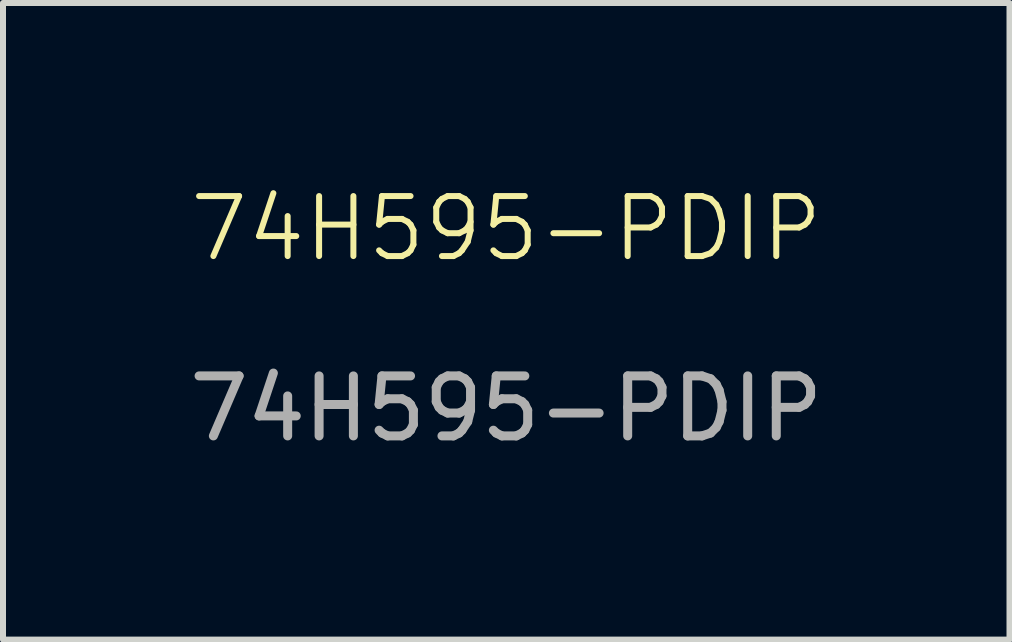
<source format=kicad_pcb>
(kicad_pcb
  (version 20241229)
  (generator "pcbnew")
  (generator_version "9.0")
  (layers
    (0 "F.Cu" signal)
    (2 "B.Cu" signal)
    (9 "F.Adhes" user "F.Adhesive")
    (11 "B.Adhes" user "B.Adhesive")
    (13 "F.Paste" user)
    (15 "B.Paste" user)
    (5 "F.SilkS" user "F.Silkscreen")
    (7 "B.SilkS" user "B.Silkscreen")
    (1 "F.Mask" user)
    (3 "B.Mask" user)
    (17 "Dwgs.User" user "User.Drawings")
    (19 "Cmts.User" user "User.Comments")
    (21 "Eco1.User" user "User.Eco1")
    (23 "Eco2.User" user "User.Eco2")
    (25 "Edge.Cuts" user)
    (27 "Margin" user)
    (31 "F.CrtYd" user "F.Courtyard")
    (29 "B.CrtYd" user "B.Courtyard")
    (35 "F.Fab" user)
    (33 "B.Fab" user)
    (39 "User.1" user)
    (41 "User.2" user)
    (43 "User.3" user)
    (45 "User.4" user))
  (footprint "74H595-PDIP"
    (layer "F.Cu")
    (at 5.387 1.26)
    (property "Reference" "74H595-PDIP" (at 0 -0.5 0) (unlocked yes) (layer "F.SilkS") (effects (font (size 1 1) (thickness 0.1))))
    (attr through_hole)
    (fp_text user "${REFERENCE}" (at 0 2.5 0) (unlocked yes) (layer "F.Fab") (effects (font (size 1 1) (thickness 0.15)))))
  (gr_rect
    (start -3 -3)
    (end 13.774 7.609)
    (stroke (width 0.1) (type default))
    (fill no)
    (layer "Edge.Cuts")))
</source>
